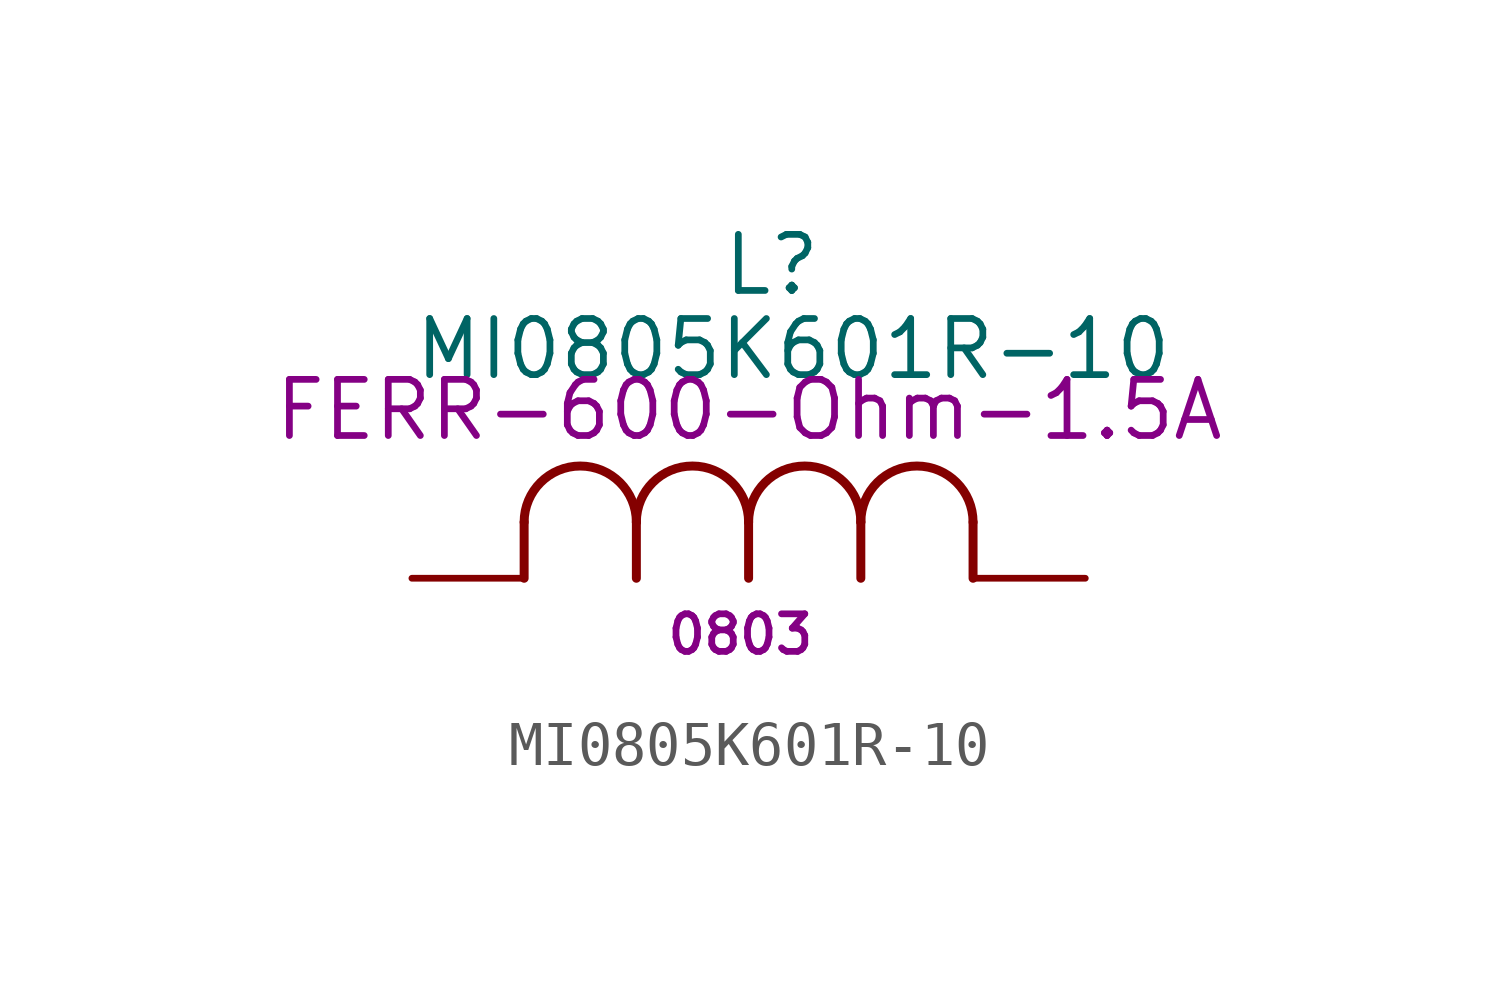
<source format=kicad_sym>
(kicad_symbol_lib
  (version 20211014)
  (generator kicad_symbol_editor)
  (symbol "MI0805K601R-10"
    (pin_numbers hide)
    (pin_names
      (offset 1.016) hide)
    (property "Reference" "L"
      (at 6.985 6.35 0)
      (effects (font (size 1.27 1.27)) (justify left bottom)))
    (property "Value" "MI0805K601R-10"
      (at 0 4.445 0)
      (effects (font (size 1.27 1.27)) (justify left bottom)))
    (property "Impedance @ 100MHz - Max Current" "FERR-600-Ohm-1.5A"
      (at -3.175 3.81 0)
      (effects (font (size 1.27 1.27)) (justify left)))
    (property "Size" "0803"
      (at 5.715 -1.27 0)
      (effects (font (size 0.85 0.85)) (justify left)))
    (symbol "MI0805K601R-10_1_1"
      (polyline (pts (xy 2.54 0) (xy 2.54 1.27)) (stroke (width 0.203) (type default) (color 0 0 0 0)) (fill (type none)))
      (polyline (pts (xy 5.08 0) (xy 5.08 1.27)) (stroke (width 0.203) (type default) (color 0 0 0 0)) (fill (type none)))
      (polyline (pts (xy 7.62 0) (xy 7.62 1.27)) (stroke (width 0.203) (type default) (color 0 0 0 0)) (fill (type none)))
      (polyline (pts (xy 10.16 0) (xy 10.16 1.27)) (stroke (width 0.203) (type default) (color 0 0 0 0)) (fill (type none)))
      (polyline (pts (xy 12.7 0) (xy 12.7 1.27)) (stroke (width 0.203) (type default) (color 0 0 0 0)) (fill (type none)))
      (arc (start 5.08 1.27) (mid 3.81 2.54) (end 2.54 1.27) (stroke (width 0.2032) (type default) (color 0 0 0 0)) (fill (type none)))
      (arc (start 7.62 1.27) (mid 6.35 2.54) (end 5.08 1.27) (stroke (width 0.2032) (type default) (color 0 0 0 0)) (fill (type none)))
      (arc (start 10.16 1.27) (mid 8.89 2.54) (end 7.62 1.27) (stroke (width 0.2032) (type default) (color 0 0 0 0)) (fill (type none)))
      (arc (start 12.7 1.27) (mid 11.43 2.54) (end 10.16 1.27) (stroke (width 0.2032) (type default) (color 0 0 0 0)) (fill (type none)))
      (pin passive line (at 0 0 0) (length 2.54) (name "1" (effects (font (size 1.27 1.27)))) (number "1" (effects (font (size 1 1)))))
      (pin passive line (at 15.24 0 180) (length 2.54) (name "2" (effects (font (size 1.27 1.27)))) (number "2" (effects (font (size 1 1))))))))
</source>
